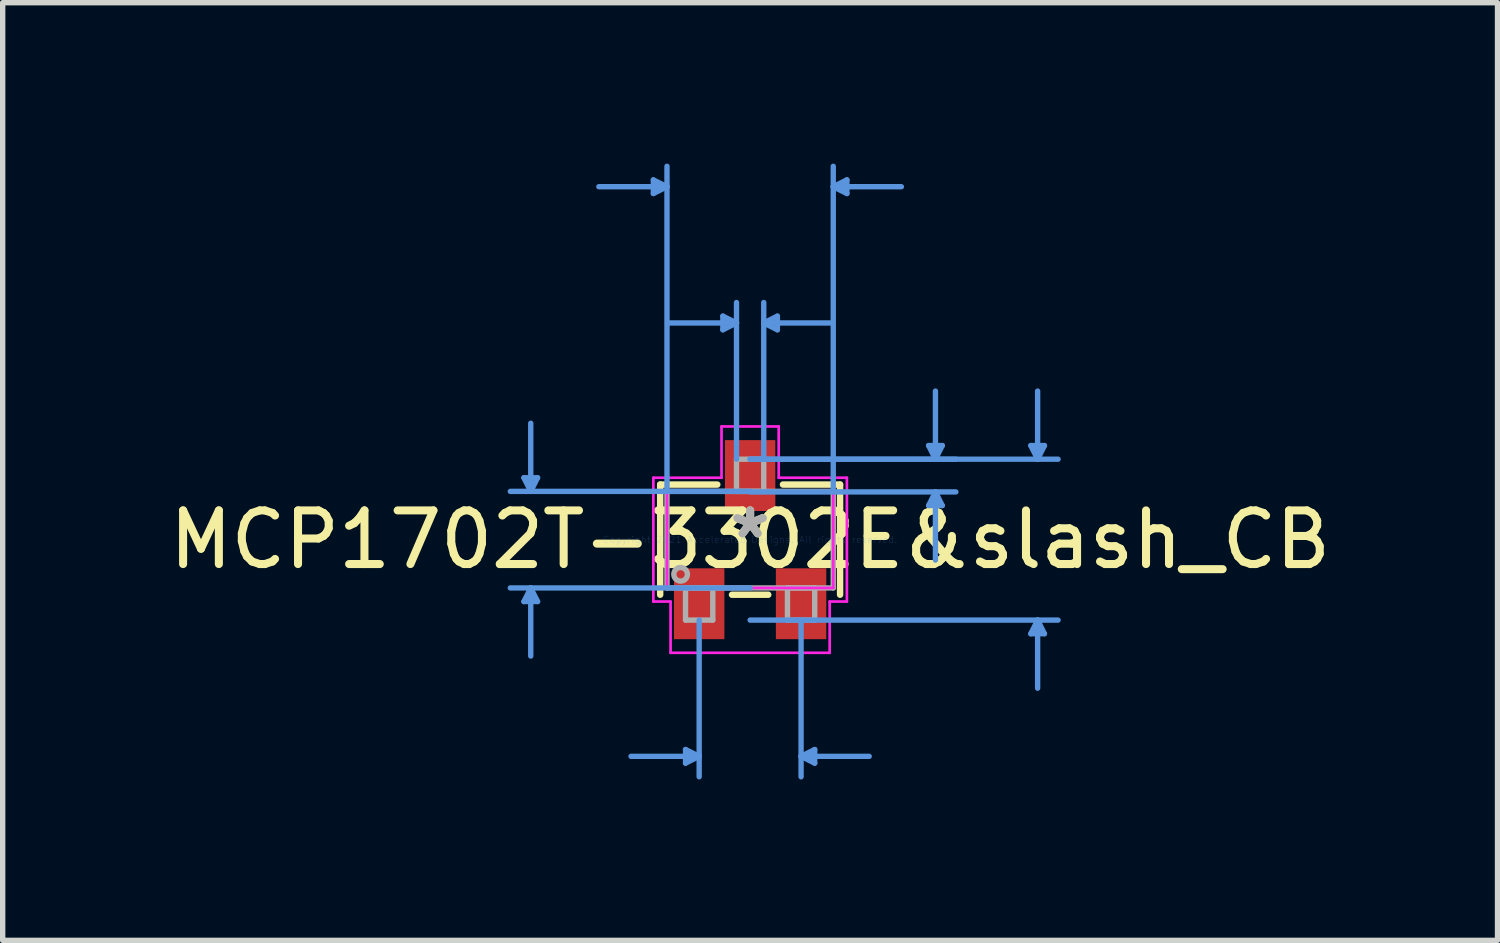
<source format=kicad_pcb>
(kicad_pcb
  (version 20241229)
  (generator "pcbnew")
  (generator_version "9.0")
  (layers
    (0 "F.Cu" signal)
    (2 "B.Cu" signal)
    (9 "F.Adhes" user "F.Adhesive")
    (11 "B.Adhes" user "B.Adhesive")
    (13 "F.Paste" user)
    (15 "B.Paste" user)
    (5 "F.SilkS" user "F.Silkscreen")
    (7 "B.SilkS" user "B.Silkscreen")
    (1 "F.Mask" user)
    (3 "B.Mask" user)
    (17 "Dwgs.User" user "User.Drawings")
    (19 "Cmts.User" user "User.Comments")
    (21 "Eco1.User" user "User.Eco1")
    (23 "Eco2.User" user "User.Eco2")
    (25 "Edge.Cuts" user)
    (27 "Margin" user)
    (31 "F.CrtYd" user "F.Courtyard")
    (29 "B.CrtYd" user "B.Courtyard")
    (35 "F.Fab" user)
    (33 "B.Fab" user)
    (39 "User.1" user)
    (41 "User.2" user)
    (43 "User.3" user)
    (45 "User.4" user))
  (footprint "MCP1702T-3302E&slash_CB"
    (layer "F.Cu")
    (at 10.935 7.011)
    (property "Reference" "MCP1702T-3302E&slash_CB" (at 0 0 0) (layer "F.SilkS") (effects (font (size 1 1) (thickness 0.15))))
    (attr through_hole)
    (fp_line (start -1.677 -1.027) (end -1.677 1.027) (stroke (width 0.12) (type solid)) (layer "F.SilkS"))
    (fp_line (start -0.612 -1.027) (end -1.677 -1.027) (stroke (width 0.12) (type solid)) (layer "F.SilkS"))
    (fp_line (start -0.338 1.027) (end 0.338 1.027) (stroke (width 0.12) (type solid)) (layer "F.SilkS"))
    (fp_line (start 1.677 -1.027) (end 0.612 -1.027) (stroke (width 0.12) (type solid)) (layer "F.SilkS"))
    (fp_line (start 1.677 1.027) (end 1.677 -1.027) (stroke (width 0.12) (type solid)) (layer "F.SilkS"))
    (fp_line (start -4.217 -1.154) (end -3.963 -1.154) (stroke (width 0.1) (type solid)) (layer "Cmts.User"))
    (fp_line (start -4.217 1.154) (end -3.963 1.154) (stroke (width 0.1) (type solid)) (layer "Cmts.User"))
    (fp_line (start -4.09 -0.9) (end -4.217 -1.154) (stroke (width 0.1) (type solid)) (layer "Cmts.User"))
    (fp_line (start -4.09 -0.9) (end -4.09 -2.17) (stroke (width 0.1) (type solid)) (layer "Cmts.User"))
    (fp_line (start -4.09 -0.9) (end -3.963 -1.154) (stroke (width 0.1) (type solid)) (layer "Cmts.User"))
    (fp_line (start -4.09 0.9) (end -4.217 1.154) (stroke (width 0.1) (type solid)) (layer "Cmts.User"))
    (fp_line (start -4.09 0.9) (end -4.09 2.17) (stroke (width 0.1) (type solid)) (layer "Cmts.User"))
    (fp_line (start -4.09 0.9) (end -3.963 1.154) (stroke (width 0.1) (type solid)) (layer "Cmts.User"))
    (fp_line (start -1.804 -6.707) (end -1.804 -6.453) (stroke (width 0.1) (type solid)) (layer "Cmts.User"))
    (fp_line (start -1.55 -6.58) (end -2.82 -6.58) (stroke (width 0.1) (type solid)) (layer "Cmts.User"))
    (fp_line (start -1.55 -6.58) (end -1.804 -6.707) (stroke (width 0.1) (type solid)) (layer "Cmts.User"))
    (fp_line (start -1.55 -6.58) (end -1.804 -6.453) (stroke (width 0.1) (type solid)) (layer "Cmts.User"))
    (fp_line (start -1.55 -0.9) (end -1.55 -6.961) (stroke (width 0.1) (type solid)) (layer "Cmts.User"))
    (fp_line (start -1.204 3.913) (end -1.204 4.167) (stroke (width 0.1) (type solid)) (layer "Cmts.User"))
    (fp_line (start -0.95 1.5) (end -0.95 4.421) (stroke (width 0.1) (type solid)) (layer "Cmts.User"))
    (fp_line (start -0.95 4.04) (end -2.22 4.04) (stroke (width 0.1) (type solid)) (layer "Cmts.User"))
    (fp_line (start -0.95 4.04) (end -1.204 3.913) (stroke (width 0.1) (type solid)) (layer "Cmts.User"))
    (fp_line (start -0.95 4.04) (end -1.204 4.167) (stroke (width 0.1) (type solid)) (layer "Cmts.User"))
    (fp_line (start -0.508 -4.167) (end -0.508 -3.913) (stroke (width 0.1) (type solid)) (layer "Cmts.User"))
    (fp_line (start -0.254 -4.04) (end -1.524 -4.04) (stroke (width 0.1) (type solid)) (layer "Cmts.User"))
    (fp_line (start -0.254 -4.04) (end -0.508 -4.167) (stroke (width 0.1) (type solid)) (layer "Cmts.User"))
    (fp_line (start -0.254 -4.04) (end -0.508 -3.913) (stroke (width 0.1) (type solid)) (layer "Cmts.User"))
    (fp_line (start -0.254 -1.5) (end -0.254 -4.421) (stroke (width 0.1) (type solid)) (layer "Cmts.User"))
    (fp_line (start 0 -1.5) (end 3.836 -1.5) (stroke (width 0.1) (type solid)) (layer "Cmts.User"))
    (fp_line (start 0 -1.5) (end 5.741 -1.5) (stroke (width 0.1) (type solid)) (layer "Cmts.User"))
    (fp_line (start 0 -0.9) (end -4.471 -0.9) (stroke (width 0.1) (type solid)) (layer "Cmts.User"))
    (fp_line (start 0 -0.89) (end 3.836 -0.89) (stroke (width 0.1) (type solid)) (layer "Cmts.User"))
    (fp_line (start 0 0.9) (end -4.471 0.9) (stroke (width 0.1) (type solid)) (layer "Cmts.User"))
    (fp_line (start 0 1.5) (end 5.741 1.5) (stroke (width 0.1) (type solid)) (layer "Cmts.User"))
    (fp_line (start 0.254 -4.04) (end 0.508 -4.167) (stroke (width 0.1) (type solid)) (layer "Cmts.User"))
    (fp_line (start 0.254 -4.04) (end 0.508 -3.913) (stroke (width 0.1) (type solid)) (layer "Cmts.User"))
    (fp_line (start 0.254 -4.04) (end 1.524 -4.04) (stroke (width 0.1) (type solid)) (layer "Cmts.User"))
    (fp_line (start 0.254 -1.5) (end 0.254 -4.421) (stroke (width 0.1) (type solid)) (layer "Cmts.User"))
    (fp_line (start 0.508 -4.167) (end 0.508 -3.913) (stroke (width 0.1) (type solid)) (layer "Cmts.User"))
    (fp_line (start 0.95 1.5) (end 0.95 4.421) (stroke (width 0.1) (type solid)) (layer "Cmts.User"))
    (fp_line (start 0.95 4.04) (end 1.204 3.913) (stroke (width 0.1) (type solid)) (layer "Cmts.User"))
    (fp_line (start 0.95 4.04) (end 1.204 4.167) (stroke (width 0.1) (type solid)) (layer "Cmts.User"))
    (fp_line (start 0.95 4.04) (end 2.22 4.04) (stroke (width 0.1) (type solid)) (layer "Cmts.User"))
    (fp_line (start 1.204 3.913) (end 1.204 4.167) (stroke (width 0.1) (type solid)) (layer "Cmts.User"))
    (fp_line (start 1.55 -6.58) (end 1.804 -6.707) (stroke (width 0.1) (type solid)) (layer "Cmts.User"))
    (fp_line (start 1.55 -6.58) (end 1.804 -6.453) (stroke (width 0.1) (type solid)) (layer "Cmts.User"))
    (fp_line (start 1.55 -6.58) (end 2.82 -6.58) (stroke (width 0.1) (type solid)) (layer "Cmts.User"))
    (fp_line (start 1.55 -0.9) (end 1.55 -6.961) (stroke (width 0.1) (type solid)) (layer "Cmts.User"))
    (fp_line (start 1.804 -6.707) (end 1.804 -6.453) (stroke (width 0.1) (type solid)) (layer "Cmts.User"))
    (fp_line (start 3.328 -1.754) (end 3.582 -1.754) (stroke (width 0.1) (type solid)) (layer "Cmts.User"))
    (fp_line (start 3.328 -0.636) (end 3.582 -0.636) (stroke (width 0.1) (type solid)) (layer "Cmts.User"))
    (fp_line (start 3.455 -1.5) (end 3.328 -1.754) (stroke (width 0.1) (type solid)) (layer "Cmts.User"))
    (fp_line (start 3.455 -1.5) (end 3.455 -2.77) (stroke (width 0.1) (type solid)) (layer "Cmts.User"))
    (fp_line (start 3.455 -1.5) (end 3.582 -1.754) (stroke (width 0.1) (type solid)) (layer "Cmts.User"))
    (fp_line (start 3.455 -0.89) (end 3.328 -0.636) (stroke (width 0.1) (type solid)) (layer "Cmts.User"))
    (fp_line (start 3.455 -0.89) (end 3.455 0.38) (stroke (width 0.1) (type solid)) (layer "Cmts.User"))
    (fp_line (start 3.455 -0.89) (end 3.582 -0.636) (stroke (width 0.1) (type solid)) (layer "Cmts.User"))
    (fp_line (start 5.233 -1.754) (end 5.487 -1.754) (stroke (width 0.1) (type solid)) (layer "Cmts.User"))
    (fp_line (start 5.233 1.754) (end 5.487 1.754) (stroke (width 0.1) (type solid)) (layer "Cmts.User"))
    (fp_line (start 5.36 -1.5) (end 5.233 -1.754) (stroke (width 0.1) (type solid)) (layer "Cmts.User"))
    (fp_line (start 5.36 -1.5) (end 5.36 -2.77) (stroke (width 0.1) (type solid)) (layer "Cmts.User"))
    (fp_line (start 5.36 -1.5) (end 5.487 -1.754) (stroke (width 0.1) (type solid)) (layer "Cmts.User"))
    (fp_line (start 5.36 1.5) (end 5.233 1.754) (stroke (width 0.1) (type solid)) (layer "Cmts.User"))
    (fp_line (start 5.36 1.5) (end 5.36 2.77) (stroke (width 0.1) (type solid)) (layer "Cmts.User"))
    (fp_line (start 5.36 1.5) (end 5.487 1.754) (stroke (width 0.1) (type solid)) (layer "Cmts.User"))
    (fp_line (start -1.804 -1.154) (end -0.533 -1.154) (stroke (width 0.05) (type solid)) (layer "F.CrtYd"))
    (fp_line (start -1.804 1.154) (end -1.804 -1.154) (stroke (width 0.05) (type solid)) (layer "F.CrtYd"))
    (fp_line (start -1.55 -0.9) (end 1.55 -0.9) (stroke (width 0.05) (type solid)) (layer "F.CrtYd"))
    (fp_line (start -1.55 0.9) (end -1.55 -0.9) (stroke (width 0.05) (type solid)) (layer "F.CrtYd"))
    (fp_line (start -1.483 1.154) (end -1.804 1.154) (stroke (width 0.05) (type solid)) (layer "F.CrtYd"))
    (fp_line (start -1.483 1.154) (end -1.483 2.11) (stroke (width 0.05) (type solid)) (layer "F.CrtYd"))
    (fp_line (start -1.483 2.11) (end 1.483 2.11) (stroke (width 0.05) (type solid)) (layer "F.CrtYd"))
    (fp_line (start -0.533 -2.11) (end 0.533 -2.11) (stroke (width 0.05) (type solid)) (layer "F.CrtYd"))
    (fp_line (start -0.533 -1.154) (end -0.533 -2.11) (stroke (width 0.05) (type solid)) (layer "F.CrtYd"))
    (fp_line (start 0.533 -1.154) (end 0.533 -2.11) (stroke (width 0.05) (type solid)) (layer "F.CrtYd"))
    (fp_line (start 1.483 1.154) (end 1.483 2.11) (stroke (width 0.05) (type solid)) (layer "F.CrtYd"))
    (fp_line (start 1.55 -0.9) (end 1.55 0.9) (stroke (width 0.05) (type solid)) (layer "F.CrtYd"))
    (fp_line (start 1.55 0.9) (end -1.55 0.9) (stroke (width 0.05) (type solid)) (layer "F.CrtYd"))
    (fp_line (start 1.804 -1.154) (end 0.533 -1.154) (stroke (width 0.05) (type solid)) (layer "F.CrtYd"))
    (fp_line (start 1.804 -1.154) (end 1.804 1.154) (stroke (width 0.05) (type solid)) (layer "F.CrtYd"))
    (fp_line (start 1.804 1.154) (end 1.483 1.154) (stroke (width 0.05) (type solid)) (layer "F.CrtYd"))
    (fp_line (start -1.55 -0.9) (end -1.55 0.9) (stroke (width 0.1) (type solid)) (layer "F.Fab"))
    (fp_line (start -1.55 0.9) (end 1.55 0.9) (stroke (width 0.1) (type solid)) (layer "F.Fab"))
    (fp_line (start -1.204 0.9) (end -1.204 1.5) (stroke (width 0.1) (type solid)) (layer "F.Fab"))
    (fp_line (start -1.204 1.5) (end -0.696 1.5) (stroke (width 0.1) (type solid)) (layer "F.Fab"))
    (fp_line (start -0.696 0.9) (end -1.204 0.9) (stroke (width 0.1) (type solid)) (layer "F.Fab"))
    (fp_line (start -0.696 1.5) (end -0.696 0.9) (stroke (width 0.1) (type solid)) (layer "F.Fab"))
    (fp_line (start -0.254 -1.5) (end -0.254 -0.9) (stroke (width 0.1) (type solid)) (layer "F.Fab"))
    (fp_line (start -0.254 -0.9) (end 0.254 -0.9) (stroke (width 0.1) (type solid)) (layer "F.Fab"))
    (fp_line (start 0.254 -1.5) (end -0.254 -1.5) (stroke (width 0.1) (type solid)) (layer "F.Fab"))
    (fp_line (start 0.254 -0.9) (end 0.254 -1.5) (stroke (width 0.1) (type solid)) (layer "F.Fab"))
    (fp_line (start 0.696 0.9) (end 0.696 1.5) (stroke (width 0.1) (type solid)) (layer "F.Fab"))
    (fp_line (start 0.696 1.5) (end 1.204 1.5) (stroke (width 0.1) (type solid)) (layer "F.Fab"))
    (fp_line (start 1.204 0.9) (end 0.696 0.9) (stroke (width 0.1) (type solid)) (layer "F.Fab"))
    (fp_line (start 1.204 1.5) (end 1.204 0.9) (stroke (width 0.1) (type solid)) (layer "F.Fab"))
    (fp_line (start 1.55 -0.9) (end -1.55 -0.9) (stroke (width 0.1) (type solid)) (layer "F.Fab"))
    (fp_line (start 1.55 0.9) (end 1.55 -0.9) (stroke (width 0.1) (type solid)) (layer "F.Fab"))
    (fp_circle (center -1.296 0.646) (end -1.169 0.646) (stroke (width 0.1) (type solid)) (fill no) (layer "F.Fab"))
    (fp_text user "*" (at 0 0 0) (layer "F.SilkS") (effects (font (size 1 1) (thickness 0.15))))
    (fp_text user "Copyright 2021 Accelerated Designs. All rights reserved." (at 0 0 0) (layer "Cmts.User") (effects (font (size 0.127 0.127) (thickness 0.002))))
    (fp_text user "*" (at 0 0 0) (layer "F.Fab") (effects (font (size 1 1) (thickness 0.15))))
    (pad "1" smd rect (at -0.95 1.195) (size 0.94 1.321) (layers "F.Cu" "F.Mask" "F.Paste"))
    (pad "2" smd rect (at 0.95 1.195) (size 0.94 1.321) (layers "F.Cu" "F.Mask" "F.Paste"))
    (pad "3" smd rect (at 0 -1.195) (size 0.94 1.321) (layers "F.Cu" "F.Mask" "F.Paste")))
  (gr_rect
    (start -3 -3)
    (end 24.869 14.482)
    (stroke (width 0.1) (type default))
    (fill no)
    (layer "Edge.Cuts")))
</source>
